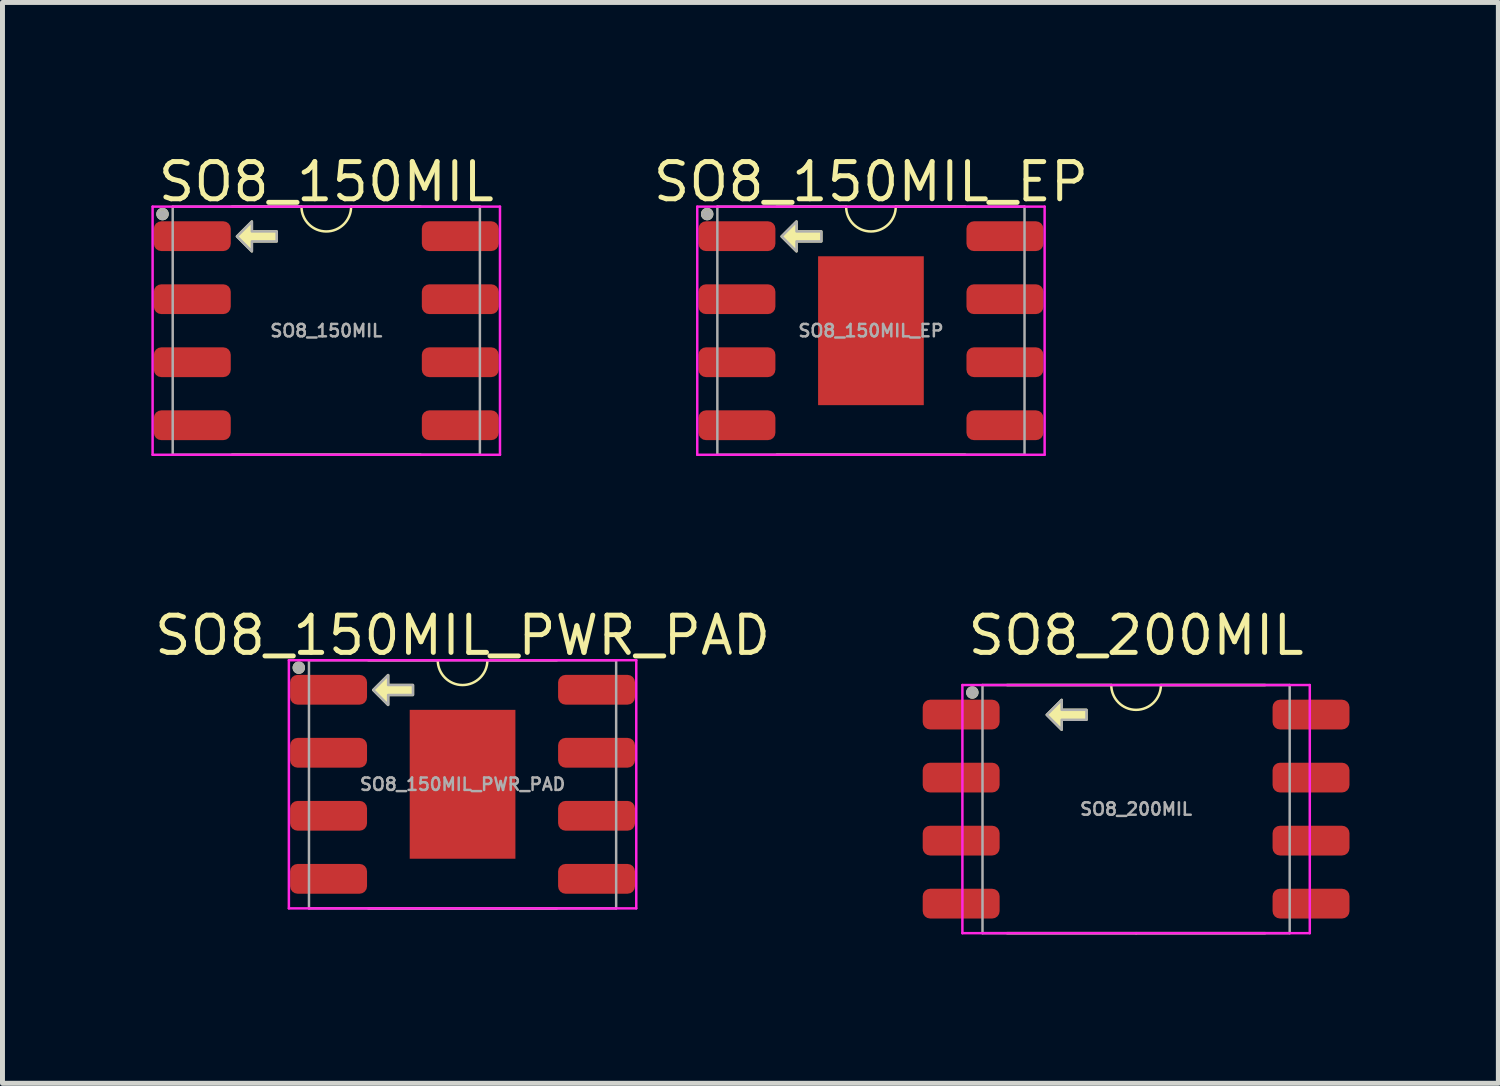
<source format=kicad_pcb>
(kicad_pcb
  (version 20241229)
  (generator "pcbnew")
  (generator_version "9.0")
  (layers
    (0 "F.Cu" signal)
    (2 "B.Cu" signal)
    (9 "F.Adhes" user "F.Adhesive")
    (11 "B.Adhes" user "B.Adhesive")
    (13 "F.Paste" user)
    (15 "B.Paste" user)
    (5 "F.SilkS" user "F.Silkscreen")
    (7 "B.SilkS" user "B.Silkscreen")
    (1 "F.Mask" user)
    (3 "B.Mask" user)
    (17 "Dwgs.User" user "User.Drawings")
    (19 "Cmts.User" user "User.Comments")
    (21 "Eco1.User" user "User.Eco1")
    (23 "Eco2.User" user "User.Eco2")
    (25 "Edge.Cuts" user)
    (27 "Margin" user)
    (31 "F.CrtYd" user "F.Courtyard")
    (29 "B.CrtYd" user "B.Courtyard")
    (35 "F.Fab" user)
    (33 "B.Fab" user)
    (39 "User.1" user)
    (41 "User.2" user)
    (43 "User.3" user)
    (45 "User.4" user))
  (footprint "SO8_200MIL"
    (layer "F.Cu")
    (at 19.843 13.254)
    (property "Reference" "SO8_200MIL" (at 0 -3.5 0) (unlocked yes) (layer "F.SilkS") (effects (font (size 0.75 0.75) (thickness 0.1))))
    (attr smd)
    (fp_line (start -2.6 -2.5) (end -0.5 -2.5) (stroke (width 0.05) (type solid)) (layer "F.SilkS"))
    (fp_line (start -2.6 2.5) (end 0 2.5) (stroke (width 0.05) (type solid)) (layer "F.SilkS"))
    (fp_line (start 2.6 -2.5) (end 0.5 -2.5) (stroke (width 0.05) (type solid)) (layer "F.SilkS"))
    (fp_line (start 2.6 2.5) (end 0 2.5) (stroke (width 0.05) (type solid)) (layer "F.SilkS"))
    (fp_arc (start 0.5 -2.5) (mid 0 -2) (end -0.5 -2.5) (stroke (width 0.05) (type solid)) (layer "F.SilkS"))
    (fp_circle (center -3.3 -2.35) (end -3.3 -2.35) (stroke (width 0.05) (type solid)) (fill no) (layer "F.SilkS"))
    (fp_circle (center -3.3 -2.35) (end -3.25 -2.35) (stroke (width 0.05) (type solid)) (fill no) (layer "F.SilkS"))
    (fp_circle (center -3.3 -2.35) (end -3.2 -2.35) (stroke (width 0.05) (type solid)) (fill no) (layer "F.SilkS"))
    (fp_poly (pts (xy -1.5 -2) (xy -1 -2) (xy -1 -1.8) (xy -1.5 -1.8) (xy -1.5 -1.6) (xy -1.8 -1.9) (xy -1.5 -2.2)) (stroke (width 0.05) (type solid)) (fill yes) (layer "F.SilkS"))
    (fp_line (start -3.5 -2.5) (end 3.5 -2.5) (stroke (width 0.05) (type solid)) (layer "F.CrtYd"))
    (fp_line (start -3.5 2.5) (end -3.5 -2.5) (stroke (width 0.05) (type solid)) (layer "F.CrtYd"))
    (fp_line (start 3.5 -2.5) (end 3.5 2.5) (stroke (width 0.05) (type solid)) (layer "F.CrtYd"))
    (fp_line (start 3.5 2.5) (end -3.5 2.5) (stroke (width 0.05) (type solid)) (layer "F.CrtYd"))
    (fp_line (start -3.095 -2.5) (end 3.095 -2.5) (stroke (width 0.05) (type solid)) (layer "F.Fab"))
    (fp_line (start -3.095 2.5) (end -3.095 -2.5) (stroke (width 0.05) (type solid)) (layer "F.Fab"))
    (fp_line (start -3.095 2.5) (end 3.095 2.5) (stroke (width 0.05) (type solid)) (layer "F.Fab"))
    (fp_line (start 3.095 -2.5) (end 3.095 2.5) (stroke (width 0.05) (type solid)) (layer "F.Fab"))
    (fp_circle (center -3.3 -2.35) (end -3.3 -2.35) (stroke (width 0.05) (type solid)) (fill no) (layer "F.Fab"))
    (fp_circle (center -3.3 -2.35) (end -3.25 -2.35) (stroke (width 0.05) (type solid)) (fill no) (layer "F.Fab"))
    (fp_circle (center -3.3 -2.35) (end -3.2 -2.35) (stroke (width 0.05) (type solid)) (fill no) (layer "F.Fab"))
    (fp_poly (pts (xy -1.5 -2) (xy -1 -2) (xy -1 -1.8) (xy -1.5 -1.8) (xy -1.5 -1.6) (xy -1.8 -1.9) (xy -1.5 -2.2)) (stroke (width 0.05) (type solid)) (fill no) (layer "F.Fab"))
    (fp_text user "${REFERENCE}" (at 0 0 0) (unlocked yes) (layer "F.Fab") (effects (font (size 0.25 0.25) (thickness 0.05))))
    (pad "1" smd roundrect (at -3.525 -1.905) (size 1.55 0.6) (layers "F.Cu" "F.Mask" "F.Paste") (roundrect_rratio 0.25))
    (pad "2" smd roundrect (at -3.525 -0.635) (size 1.55 0.6) (layers "F.Cu" "F.Mask" "F.Paste") (roundrect_rratio 0.25))
    (pad "3" smd roundrect (at -3.525 0.635) (size 1.55 0.6) (layers "F.Cu" "F.Mask" "F.Paste") (roundrect_rratio 0.25))
    (pad "4" smd roundrect (at -3.525 1.905) (size 1.55 0.6) (layers "F.Cu" "F.Mask" "F.Paste") (roundrect_rratio 0.25))
    (pad "5" smd roundrect (at 3.525 1.905) (size 1.55 0.6) (layers "F.Cu" "F.Mask" "F.Paste") (roundrect_rratio 0.25))
    (pad "6" smd roundrect (at 3.525 0.635) (size 1.55 0.6) (layers "F.Cu" "F.Mask" "F.Paste") (roundrect_rratio 0.25))
    (pad "7" smd roundrect (at 3.525 -0.635) (size 1.55 0.6) (layers "F.Cu" "F.Mask" "F.Paste") (roundrect_rratio 0.25))
    (pad "8" smd roundrect (at 3.525 -1.905) (size 1.55 0.6) (layers "F.Cu" "F.Mask" "F.Paste") (roundrect_rratio 0.25)))
  (footprint "SO8_150MIL_EP"
    (layer "F.Cu")
    (at 14.5 3.614)
    (property "Reference" "SO8_150MIL_EP" (at 0 -3 0) (unlocked yes) (layer "F.SilkS") (effects (font (size 0.75 0.75) (thickness 0.1))))
    (attr smd)
    (fp_line (start -1.9 -2.5) (end -0.5 -2.5) (stroke (width 0.05) (type solid)) (layer "F.SilkS"))
    (fp_line (start 0.5 -2.5) (end 1.9 -2.5) (stroke (width 0.05) (type solid)) (layer "F.SilkS"))
    (fp_line (start 1.9 2.5) (end -1.9 2.5) (stroke (width 0.05) (type solid)) (layer "F.SilkS"))
    (fp_arc (start 0.5 -2.5) (mid 0 -2) (end -0.5 -2.5) (stroke (width 0.05) (type solid)) (layer "F.SilkS"))
    (fp_circle (center -3.3 -2.35) (end -3.3 -2.35) (stroke (width 0.05) (type solid)) (fill no) (layer "F.SilkS"))
    (fp_circle (center -3.3 -2.35) (end -3.25 -2.35) (stroke (width 0.05) (type solid)) (fill no) (layer "F.SilkS"))
    (fp_circle (center -3.3 -2.35) (end -3.2 -2.35) (stroke (width 0.05) (type solid)) (fill no) (layer "F.SilkS"))
    (fp_poly (pts (xy -1.5 -2) (xy -1 -2) (xy -1 -1.8) (xy -1.5 -1.8) (xy -1.5 -1.6) (xy -1.8 -1.9) (xy -1.5 -2.2)) (stroke (width 0.05) (type solid)) (fill yes) (layer "F.SilkS"))
    (fp_line (start -3.5 -2.5) (end 3.5 -2.5) (stroke (width 0.05) (type solid)) (layer "F.CrtYd"))
    (fp_line (start -3.5 2.5) (end -3.5 -2.5) (stroke (width 0.05) (type solid)) (layer "F.CrtYd"))
    (fp_line (start 3.5 -2.5) (end 3.5 2.5) (stroke (width 0.05) (type solid)) (layer "F.CrtYd"))
    (fp_line (start 3.5 2.5) (end -3.5 2.5) (stroke (width 0.05) (type solid)) (layer "F.CrtYd"))
    (fp_line (start -3.095 -2.5) (end 3.095 -2.5) (stroke (width 0.05) (type solid)) (layer "F.Fab"))
    (fp_line (start -3.095 2.5) (end -3.095 -2.5) (stroke (width 0.05) (type solid)) (layer "F.Fab"))
    (fp_line (start -3.095 2.5) (end 3.095 2.5) (stroke (width 0.05) (type solid)) (layer "F.Fab"))
    (fp_line (start 3.095 -2.5) (end 3.095 2.5) (stroke (width 0.05) (type solid)) (layer "F.Fab"))
    (fp_circle (center -3.3 -2.35) (end -3.3 -2.35) (stroke (width 0.05) (type solid)) (fill no) (layer "F.Fab"))
    (fp_circle (center -3.3 -2.35) (end -3.25 -2.35) (stroke (width 0.05) (type solid)) (fill no) (layer "F.Fab"))
    (fp_circle (center -3.3 -2.35) (end -3.2 -2.35) (stroke (width 0.05) (type solid)) (fill no) (layer "F.Fab"))
    (fp_poly (pts (xy -1.5 -2) (xy -1 -2) (xy -1 -1.8) (xy -1.5 -1.8) (xy -1.5 -1.6) (xy -1.8 -1.9) (xy -1.5 -2.2)) (stroke (width 0.05) (type solid)) (fill no) (layer "F.Fab"))
    (fp_text user "${REFERENCE}" (at 0 0 0) (unlocked yes) (layer "F.Fab") (effects (font (size 0.25 0.25) (thickness 0.05))))
    (pad "1" smd roundrect (at -2.7 -1.905) (size 1.55 0.6) (layers "F.Cu" "F.Mask" "F.Paste") (roundrect_rratio 0.25))
    (pad "2" smd roundrect (at -2.7 -0.635) (size 1.55 0.6) (layers "F.Cu" "F.Mask" "F.Paste") (roundrect_rratio 0.25))
    (pad "3" smd roundrect (at -2.7 0.635) (size 1.55 0.6) (layers "F.Cu" "F.Mask" "F.Paste") (roundrect_rratio 0.25))
    (pad "4" smd roundrect (at -2.7 1.905) (size 1.55 0.6) (layers "F.Cu" "F.Mask" "F.Paste") (roundrect_rratio 0.25))
    (pad "5" smd roundrect (at 2.7 1.905) (size 1.55 0.6) (layers "F.Cu" "F.Mask" "F.Paste") (roundrect_rratio 0.25))
    (pad "6" smd roundrect (at 2.7 0.635) (size 1.55 0.6) (layers "F.Cu" "F.Mask" "F.Paste") (roundrect_rratio 0.25))
    (pad "7" smd roundrect (at 2.7 -0.635) (size 1.55 0.6) (layers "F.Cu" "F.Mask" "F.Paste") (roundrect_rratio 0.25))
    (pad "8" smd roundrect (at 2.7 -1.905) (size 1.55 0.6) (layers "F.Cu" "F.Mask" "F.Paste") (roundrect_rratio 0.25))
    (pad "9" smd rect (at 0 0) (size 2.13 3) (layers "F.Cu" "F.Mask" "F.Paste")))
  (footprint "SO8_150MIL_PWR_PAD"
    (layer "F.Cu")
    (at 6.271 12.754)
    (property "Reference" "SO8_150MIL_PWR_PAD" (at 0 -3 0) (unlocked yes) (layer "F.SilkS") (effects (font (size 0.75 0.75) (thickness 0.1))))
    (attr smd)
    (fp_line (start -1.9 -2.5) (end -0.5 -2.5) (stroke (width 0.05) (type solid)) (layer "F.SilkS"))
    (fp_line (start 0.5 -2.5) (end 1.9 -2.5) (stroke (width 0.05) (type solid)) (layer "F.SilkS"))
    (fp_line (start 1.9 2.5) (end -1.9 2.5) (stroke (width 0.05) (type solid)) (layer "F.SilkS"))
    (fp_arc (start 0.5 -2.5) (mid 0 -2) (end -0.5 -2.5) (stroke (width 0.05) (type solid)) (layer "F.SilkS"))
    (fp_circle (center -3.3 -2.35) (end -3.3 -2.35) (stroke (width 0.05) (type solid)) (fill no) (layer "F.SilkS"))
    (fp_circle (center -3.3 -2.35) (end -3.25 -2.35) (stroke (width 0.05) (type solid)) (fill no) (layer "F.SilkS"))
    (fp_circle (center -3.3 -2.35) (end -3.2 -2.35) (stroke (width 0.05) (type solid)) (fill no) (layer "F.SilkS"))
    (fp_poly (pts (xy -1.5 -2) (xy -1 -2) (xy -1 -1.8) (xy -1.5 -1.8) (xy -1.5 -1.6) (xy -1.8 -1.9) (xy -1.5 -2.2)) (stroke (width 0.05) (type solid)) (fill yes) (layer "F.SilkS"))
    (fp_line (start -3.5 -2.5) (end 3.5 -2.5) (stroke (width 0.05) (type solid)) (layer "F.CrtYd"))
    (fp_line (start -3.5 2.5) (end -3.5 -2.5) (stroke (width 0.05) (type solid)) (layer "F.CrtYd"))
    (fp_line (start 3.5 -2.5) (end 3.5 2.5) (stroke (width 0.05) (type solid)) (layer "F.CrtYd"))
    (fp_line (start 3.5 2.5) (end -3.5 2.5) (stroke (width 0.05) (type solid)) (layer "F.CrtYd"))
    (fp_line (start -3.095 -2.5) (end 3.095 -2.5) (stroke (width 0.05) (type solid)) (layer "F.Fab"))
    (fp_line (start -3.095 2.5) (end -3.095 -2.5) (stroke (width 0.05) (type solid)) (layer "F.Fab"))
    (fp_line (start -3.095 2.5) (end 3.095 2.5) (stroke (width 0.05) (type solid)) (layer "F.Fab"))
    (fp_line (start 3.095 -2.5) (end 3.095 2.5) (stroke (width 0.05) (type solid)) (layer "F.Fab"))
    (fp_circle (center -3.3 -2.35) (end -3.3 -2.35) (stroke (width 0.05) (type solid)) (fill no) (layer "F.Fab"))
    (fp_circle (center -3.3 -2.35) (end -3.25 -2.35) (stroke (width 0.05) (type solid)) (fill no) (layer "F.Fab"))
    (fp_circle (center -3.3 -2.35) (end -3.2 -2.35) (stroke (width 0.05) (type solid)) (fill no) (layer "F.Fab"))
    (fp_poly (pts (xy -1.5 -2) (xy -1 -2) (xy -1 -1.8) (xy -1.5 -1.8) (xy -1.5 -1.6) (xy -1.8 -1.9) (xy -1.5 -2.2)) (stroke (width 0.05) (type solid)) (fill no) (layer "F.Fab"))
    (fp_text user "${REFERENCE}" (at 0 0 0) (unlocked yes) (layer "F.Fab") (effects (font (size 0.25 0.25) (thickness 0.05))))
    (pad "1" smd roundrect (at -2.7 -1.905) (size 1.55 0.6) (layers "F.Cu" "F.Mask" "F.Paste") (roundrect_rratio 0.25))
    (pad "2" smd roundrect (at -2.7 -0.635) (size 1.55 0.6) (layers "F.Cu" "F.Mask" "F.Paste") (roundrect_rratio 0.25))
    (pad "3" smd roundrect (at -2.7 0.635) (size 1.55 0.6) (layers "F.Cu" "F.Mask" "F.Paste") (roundrect_rratio 0.25))
    (pad "4" smd roundrect (at -2.7 1.905) (size 1.55 0.6) (layers "F.Cu" "F.Mask" "F.Paste") (roundrect_rratio 0.25))
    (pad "5" smd roundrect (at 2.7 1.905) (size 1.55 0.6) (layers "F.Cu" "F.Mask" "F.Paste") (roundrect_rratio 0.25))
    (pad "6" smd roundrect (at 2.7 0.635) (size 1.55 0.6) (layers "F.Cu" "F.Mask" "F.Paste") (roundrect_rratio 0.25))
    (pad "7" smd roundrect (at 2.7 -0.635) (size 1.55 0.6) (layers "F.Cu" "F.Mask" "F.Paste") (roundrect_rratio 0.25))
    (pad "8" smd roundrect (at 2.7 -1.905) (size 1.55 0.6) (layers "F.Cu" "F.Mask" "F.Paste") (roundrect_rratio 0.25))
    (pad "9" smd rect (at 0 0) (size 2.13 3) (layers "F.Cu" "F.Mask" "F.Paste")))
  (footprint "SO8_150MIL"
    (layer "F.Cu")
    (at 3.525 3.614)
    (property "Reference" "SO8_150MIL" (at 0 -3 0) (unlocked yes) (layer "F.SilkS") (effects (font (size 0.75 0.75) (thickness 0.1))))
    (attr smd)
    (fp_line (start -1.9 -2.5) (end -0.5 -2.5) (stroke (width 0.05) (type solid)) (layer "F.SilkS"))
    (fp_line (start 0.5 -2.5) (end 1.9 -2.5) (stroke (width 0.05) (type solid)) (layer "F.SilkS"))
    (fp_line (start 1.9 2.5) (end -1.9 2.5) (stroke (width 0.05) (type solid)) (layer "F.SilkS"))
    (fp_arc (start 0.5 -2.5) (mid 0 -2) (end -0.5 -2.5) (stroke (width 0.05) (type solid)) (layer "F.SilkS"))
    (fp_circle (center -3.3 -2.35) (end -3.3 -2.35) (stroke (width 0.05) (type solid)) (fill no) (layer "F.SilkS"))
    (fp_circle (center -3.3 -2.35) (end -3.25 -2.35) (stroke (width 0.05) (type solid)) (fill no) (layer "F.SilkS"))
    (fp_circle (center -3.3 -2.35) (end -3.2 -2.35) (stroke (width 0.05) (type solid)) (fill no) (layer "F.SilkS"))
    (fp_poly (pts (xy -1.5 -2) (xy -1 -2) (xy -1 -1.8) (xy -1.5 -1.8) (xy -1.5 -1.6) (xy -1.8 -1.9) (xy -1.5 -2.2)) (stroke (width 0.05) (type solid)) (fill yes) (layer "F.SilkS"))
    (fp_line (start -3.5 -2.5) (end 3.5 -2.5) (stroke (width 0.05) (type solid)) (layer "F.CrtYd"))
    (fp_line (start -3.5 2.5) (end -3.5 -2.5) (stroke (width 0.05) (type solid)) (layer "F.CrtYd"))
    (fp_line (start 3.5 -2.5) (end 3.5 2.5) (stroke (width 0.05) (type solid)) (layer "F.CrtYd"))
    (fp_line (start 3.5 2.5) (end -3.5 2.5) (stroke (width 0.05) (type solid)) (layer "F.CrtYd"))
    (fp_line (start -3.095 -2.5) (end 3.095 -2.5) (stroke (width 0.05) (type solid)) (layer "F.Fab"))
    (fp_line (start -3.095 2.5) (end -3.095 -2.5) (stroke (width 0.05) (type solid)) (layer "F.Fab"))
    (fp_line (start -3.095 2.5) (end 3.095 2.5) (stroke (width 0.05) (type solid)) (layer "F.Fab"))
    (fp_line (start 3.095 -2.5) (end 3.095 2.5) (stroke (width 0.05) (type solid)) (layer "F.Fab"))
    (fp_circle (center -3.3 -2.35) (end -3.3 -2.35) (stroke (width 0.05) (type solid)) (fill no) (layer "F.Fab"))
    (fp_circle (center -3.3 -2.35) (end -3.25 -2.35) (stroke (width 0.05) (type solid)) (fill no) (layer "F.Fab"))
    (fp_circle (center -3.3 -2.35) (end -3.2 -2.35) (stroke (width 0.05) (type solid)) (fill no) (layer "F.Fab"))
    (fp_poly (pts (xy -1.5 -2) (xy -1 -2) (xy -1 -1.8) (xy -1.5 -1.8) (xy -1.5 -1.6) (xy -1.8 -1.9) (xy -1.5 -2.2)) (stroke (width 0.05) (type solid)) (fill no) (layer "F.Fab"))
    (fp_text user "${REFERENCE}" (at 0 0 0) (unlocked yes) (layer "F.Fab") (effects (font (size 0.25 0.25) (thickness 0.05))))
    (pad "1" smd roundrect (at -2.7 -1.905) (size 1.55 0.6) (layers "F.Cu" "F.Mask" "F.Paste") (roundrect_rratio 0.25))
    (pad "2" smd roundrect (at -2.7 -0.635) (size 1.55 0.6) (layers "F.Cu" "F.Mask" "F.Paste") (roundrect_rratio 0.25))
    (pad "3" smd roundrect (at -2.7 0.635) (size 1.55 0.6) (layers "F.Cu" "F.Mask" "F.Paste") (roundrect_rratio 0.25))
    (pad "4" smd roundrect (at -2.7 1.905) (size 1.55 0.6) (layers "F.Cu" "F.Mask" "F.Paste") (roundrect_rratio 0.25))
    (pad "5" smd roundrect (at 2.7 1.905) (size 1.55 0.6) (layers "F.Cu" "F.Mask" "F.Paste") (roundrect_rratio 0.25))
    (pad "6" smd roundrect (at 2.7 0.635) (size 1.55 0.6) (layers "F.Cu" "F.Mask" "F.Paste") (roundrect_rratio 0.25))
    (pad "7" smd roundrect (at 2.7 -0.635) (size 1.55 0.6) (layers "F.Cu" "F.Mask" "F.Paste") (roundrect_rratio 0.25))
    (pad "8" smd roundrect (at 2.7 -1.905) (size 1.55 0.6) (layers "F.Cu" "F.Mask" "F.Paste") (roundrect_rratio 0.25)))
  (gr_rect
    (start -3 -3)
    (end 27.143 18.779)
    (stroke (width 0.1) (type default))
    (fill no)
    (layer "Edge.Cuts")))
</source>
